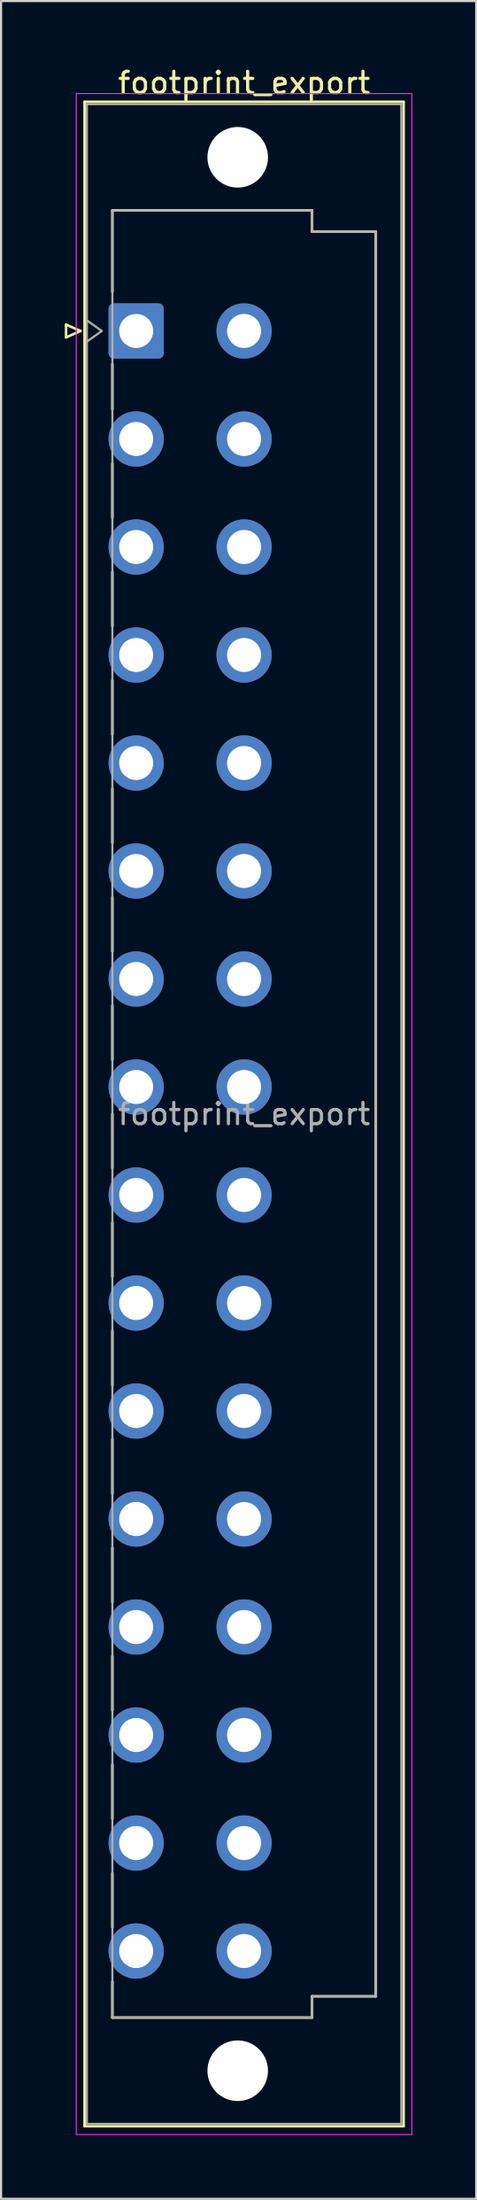
<source format=kicad_pcb>
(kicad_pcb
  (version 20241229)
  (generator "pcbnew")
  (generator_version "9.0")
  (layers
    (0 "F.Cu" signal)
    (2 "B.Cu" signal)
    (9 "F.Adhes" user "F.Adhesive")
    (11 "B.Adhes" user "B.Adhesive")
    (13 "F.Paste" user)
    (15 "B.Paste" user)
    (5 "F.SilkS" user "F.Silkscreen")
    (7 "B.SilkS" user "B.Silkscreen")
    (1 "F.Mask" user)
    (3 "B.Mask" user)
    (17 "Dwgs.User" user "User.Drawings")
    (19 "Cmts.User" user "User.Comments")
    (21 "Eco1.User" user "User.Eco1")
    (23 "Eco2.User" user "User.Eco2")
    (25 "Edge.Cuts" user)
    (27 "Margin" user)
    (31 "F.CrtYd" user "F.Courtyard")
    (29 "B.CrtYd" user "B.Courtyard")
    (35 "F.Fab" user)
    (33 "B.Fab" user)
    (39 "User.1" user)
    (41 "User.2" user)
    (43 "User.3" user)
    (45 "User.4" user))
  (footprint "footprint_export"
    (layer "F.Cu")
    (at 5.9 9.978)
    (property "Reference" "footprint_export" (at 2.54 -9.13 0) (layer "F.SilkS") (effects (font (size 1 1) (thickness 0.15))))
    (attr through_hole)
    (fp_line (start -5.84 2.24) (end -5.84 2.84) (stroke (width 0.12) (type solid)) (layer "F.SilkS"))
    (fp_line (start -5.84 2.84) (end -5.16 2.54) (stroke (width 0.12) (type solid)) (layer "F.SilkS"))
    (fp_line (start -5.16 2.54) (end -5.84 2.24) (stroke (width 0.12) (type solid)) (layer "F.SilkS"))
    (fp_line (start -4.97 -8.24) (end 10.05 -8.24) (stroke (width 0.12) (type solid)) (layer "F.SilkS"))
    (fp_line (start -4.97 86.98) (end -4.97 -8.24) (stroke (width 0.12) (type solid)) (layer "F.SilkS"))
    (fp_line (start -3.66 -3.131) (end 5.74 -3.131) (stroke (width 0.12) (type solid)) (layer "F.SilkS"))
    (fp_line (start -3.66 0.696) (end -3.66 -3.131) (stroke (width 0.12) (type solid)) (layer "F.SilkS"))
    (fp_line (start -3.66 6.221) (end -3.66 4.096) (stroke (width 0.12) (type solid)) (layer "F.SilkS"))
    (fp_line (start -3.66 11.321) (end -3.66 8.771) (stroke (width 0.12) (type solid)) (layer "F.SilkS"))
    (fp_line (start -3.66 16.421) (end -3.66 13.871) (stroke (width 0.12) (type solid)) (layer "F.SilkS"))
    (fp_line (start -3.66 21.521) (end -3.66 18.971) (stroke (width 0.12) (type solid)) (layer "F.SilkS"))
    (fp_line (start -3.66 26.621) (end -3.66 24.071) (stroke (width 0.12) (type solid)) (layer "F.SilkS"))
    (fp_line (start -3.66 31.721) (end -3.66 29.171) (stroke (width 0.12) (type solid)) (layer "F.SilkS"))
    (fp_line (start -3.66 36.821) (end -3.66 34.271) (stroke (width 0.12) (type solid)) (layer "F.SilkS"))
    (fp_line (start -3.66 41.921) (end -3.66 39.371) (stroke (width 0.12) (type solid)) (layer "F.SilkS"))
    (fp_line (start -3.66 47.021) (end -3.66 44.471) (stroke (width 0.12) (type solid)) (layer "F.SilkS"))
    (fp_line (start -3.66 52.121) (end -3.66 49.571) (stroke (width 0.12) (type solid)) (layer "F.SilkS"))
    (fp_line (start -3.66 57.221) (end -3.66 54.671) (stroke (width 0.12) (type solid)) (layer "F.SilkS"))
    (fp_line (start -3.66 62.321) (end -3.66 59.771) (stroke (width 0.12) (type solid)) (layer "F.SilkS"))
    (fp_line (start -3.66 67.421) (end -3.66 64.871) (stroke (width 0.12) (type solid)) (layer "F.SilkS"))
    (fp_line (start -3.66 72.521) (end -3.66 69.971) (stroke (width 0.12) (type solid)) (layer "F.SilkS"))
    (fp_line (start -3.66 77.621) (end -3.66 75.071) (stroke (width 0.12) (type solid)) (layer "F.SilkS"))
    (fp_line (start -3.66 81.87) (end -3.66 80.171) (stroke (width 0.12) (type solid)) (layer "F.SilkS"))
    (fp_line (start 5.74 -3.131) (end 5.74 -2.131) (stroke (width 0.12) (type solid)) (layer "F.SilkS"))
    (fp_line (start 5.74 -2.131) (end 8.74 -2.131) (stroke (width 0.12) (type solid)) (layer "F.SilkS"))
    (fp_line (start 5.74 80.87) (end 5.74 81.87) (stroke (width 0.12) (type solid)) (layer "F.SilkS"))
    (fp_line (start 5.74 81.87) (end -3.66 81.87) (stroke (width 0.12) (type solid)) (layer "F.SilkS"))
    (fp_line (start 8.74 -2.131) (end 8.74 80.87) (stroke (width 0.12) (type solid)) (layer "F.SilkS"))
    (fp_line (start 8.74 80.87) (end 5.74 80.87) (stroke (width 0.12) (type solid)) (layer "F.SilkS"))
    (fp_line (start 10.05 -8.24) (end 10.05 86.98) (stroke (width 0.12) (type solid)) (layer "F.SilkS"))
    (fp_line (start 10.05 86.98) (end -4.97 86.98) (stroke (width 0.12) (type solid)) (layer "F.SilkS"))
    (fp_line (start -5.36 -8.63) (end 10.44 -8.63) (stroke (width 0.05) (type solid)) (layer "F.CrtYd"))
    (fp_line (start -5.36 87.37) (end -5.36 -8.63) (stroke (width 0.05) (type solid)) (layer "F.CrtYd"))
    (fp_line (start 10.44 -8.63) (end 10.44 87.37) (stroke (width 0.05) (type solid)) (layer "F.CrtYd"))
    (fp_line (start 10.44 87.37) (end -5.36 87.37) (stroke (width 0.05) (type solid)) (layer "F.CrtYd"))
    (fp_line (start -4.86 -8.13) (end 9.94 -8.13) (stroke (width 0.1) (type solid)) (layer "F.Fab"))
    (fp_line (start -4.86 2.04) (end -4.16 2.54) (stroke (width 0.1) (type solid)) (layer "F.Fab"))
    (fp_line (start -4.86 86.87) (end -4.86 -8.13) (stroke (width 0.1) (type solid)) (layer "F.Fab"))
    (fp_line (start -4.16 2.54) (end -4.86 3.04) (stroke (width 0.1) (type solid)) (layer "F.Fab"))
    (fp_line (start -3.66 -3.13) (end 5.74 -3.13) (stroke (width 0.1) (type solid)) (layer "F.Fab"))
    (fp_line (start -3.66 81.87) (end -3.66 -3.13) (stroke (width 0.1) (type solid)) (layer "F.Fab"))
    (fp_line (start 5.74 -3.13) (end 5.74 -2.13) (stroke (width 0.1) (type solid)) (layer "F.Fab"))
    (fp_line (start 5.74 -2.13) (end 8.74 -2.13) (stroke (width 0.1) (type solid)) (layer "F.Fab"))
    (fp_line (start 5.74 80.87) (end 5.74 81.87) (stroke (width 0.1) (type solid)) (layer "F.Fab"))
    (fp_line (start 5.74 81.87) (end -3.66 81.87) (stroke (width 0.1) (type solid)) (layer "F.Fab"))
    (fp_line (start 8.74 -2.13) (end 8.74 80.87) (stroke (width 0.1) (type solid)) (layer "F.Fab"))
    (fp_line (start 8.74 80.87) (end 5.74 80.87) (stroke (width 0.1) (type solid)) (layer "F.Fab"))
    (fp_line (start 9.94 -8.13) (end 9.94 86.87) (stroke (width 0.1) (type solid)) (layer "F.Fab"))
    (fp_line (start 9.94 86.87) (end -4.86 86.87) (stroke (width 0.1) (type solid)) (layer "F.Fab"))
    (fp_text user "${REFERENCE}" (at 2.54 39.37 0) (layer "F.Fab") (effects (font (size 1 1) (thickness 0.15))))
    (pad "" np_thru_hole circle (at 2.24 -5.63) (size 2.85 2.85) (drill 2.85) (layers "*.Cu" "*.Mask"))
    (pad "" np_thru_hole circle (at 2.24 84.37) (size 2.85 2.85) (drill 2.85) (layers "*.Cu" "*.Mask"))
    (pad "b2" thru_hole circle (at 2.54 2.54) (size 2.6 2.6) (drill 1.6) (layers "*.Cu" "*.Mask"))
    (pad "b4" thru_hole circle (at 2.54 7.62) (size 2.6 2.6) (drill 1.6) (layers "*.Cu" "*.Mask"))
    (pad "b6" thru_hole circle (at 2.54 12.7) (size 2.6 2.6) (drill 1.6) (layers "*.Cu" "*.Mask"))
    (pad "b8" thru_hole circle (at 2.54 17.78) (size 2.6 2.6) (drill 1.6) (layers "*.Cu" "*.Mask"))
    (pad "b10" thru_hole circle (at 2.54 22.86) (size 2.6 2.6) (drill 1.6) (layers "*.Cu" "*.Mask"))
    (pad "b12" thru_hole circle (at 2.54 27.94) (size 2.6 2.6) (drill 1.6) (layers "*.Cu" "*.Mask"))
    (pad "b14" thru_hole circle (at 2.54 33.02) (size 2.6 2.6) (drill 1.6) (layers "*.Cu" "*.Mask"))
    (pad "b16" thru_hole circle (at 2.54 38.1) (size 2.6 2.6) (drill 1.6) (layers "*.Cu" "*.Mask"))
    (pad "b18" thru_hole circle (at 2.54 43.18) (size 2.6 2.6) (drill 1.6) (layers "*.Cu" "*.Mask"))
    (pad "b20" thru_hole circle (at 2.54 48.26) (size 2.6 2.6) (drill 1.6) (layers "*.Cu" "*.Mask"))
    (pad "b22" thru_hole circle (at 2.54 53.34) (size 2.6 2.6) (drill 1.6) (layers "*.Cu" "*.Mask"))
    (pad "b24" thru_hole circle (at 2.54 58.42) (size 2.6 2.6) (drill 1.6) (layers "*.Cu" "*.Mask"))
    (pad "b26" thru_hole circle (at 2.54 63.5) (size 2.6 2.6) (drill 1.6) (layers "*.Cu" "*.Mask"))
    (pad "b28" thru_hole circle (at 2.54 68.58) (size 2.6 2.6) (drill 1.6) (layers "*.Cu" "*.Mask"))
    (pad "b30" thru_hole circle (at 2.54 73.66) (size 2.6 2.6) (drill 1.6) (layers "*.Cu" "*.Mask"))
    (pad "b32" thru_hole circle (at 2.54 78.74) (size 2.6 2.6) (drill 1.6) (layers "*.Cu" "*.Mask"))
    (pad "z2" thru_hole roundrect (at -2.54 2.54) (size 2.6 2.6) (drill 1.6) (layers "*.Cu" "*.Mask") (roundrect_rratio 0.096))
    (pad "z4" thru_hole circle (at -2.54 7.62) (size 2.6 2.6) (drill 1.6) (layers "*.Cu" "*.Mask"))
    (pad "z6" thru_hole circle (at -2.54 12.7) (size 2.6 2.6) (drill 1.6) (layers "*.Cu" "*.Mask"))
    (pad "z8" thru_hole circle (at -2.54 17.78) (size 2.6 2.6) (drill 1.6) (layers "*.Cu" "*.Mask"))
    (pad "z10" thru_hole circle (at -2.54 22.86) (size 2.6 2.6) (drill 1.6) (layers "*.Cu" "*.Mask"))
    (pad "z12" thru_hole circle (at -2.54 27.94) (size 2.6 2.6) (drill 1.6) (layers "*.Cu" "*.Mask"))
    (pad "z14" thru_hole circle (at -2.54 33.02) (size 2.6 2.6) (drill 1.6) (layers "*.Cu" "*.Mask"))
    (pad "z16" thru_hole circle (at -2.54 38.1) (size 2.6 2.6) (drill 1.6) (layers "*.Cu" "*.Mask"))
    (pad "z18" thru_hole circle (at -2.54 43.18) (size 2.6 2.6) (drill 1.6) (layers "*.Cu" "*.Mask"))
    (pad "z20" thru_hole circle (at -2.54 48.26) (size 2.6 2.6) (drill 1.6) (layers "*.Cu" "*.Mask"))
    (pad "z22" thru_hole circle (at -2.54 53.34) (size 2.6 2.6) (drill 1.6) (layers "*.Cu" "*.Mask"))
    (pad "z24" thru_hole circle (at -2.54 58.42) (size 2.6 2.6) (drill 1.6) (layers "*.Cu" "*.Mask"))
    (pad "z26" thru_hole circle (at -2.54 63.5) (size 2.6 2.6) (drill 1.6) (layers "*.Cu" "*.Mask"))
    (pad "z28" thru_hole circle (at -2.54 68.58) (size 2.6 2.6) (drill 1.6) (layers "*.Cu" "*.Mask"))
    (pad "z30" thru_hole circle (at -2.54 73.66) (size 2.6 2.6) (drill 1.6) (layers "*.Cu" "*.Mask"))
    (pad "z32" thru_hole circle (at -2.54 78.74) (size 2.6 2.6) (drill 1.6) (layers "*.Cu" "*.Mask")))
  (gr_rect
    (start -3 -3)
    (end 19.365 100.373)
    (stroke (width 0.1) (type default))
    (fill no)
    (layer "Edge.Cuts")))
</source>
